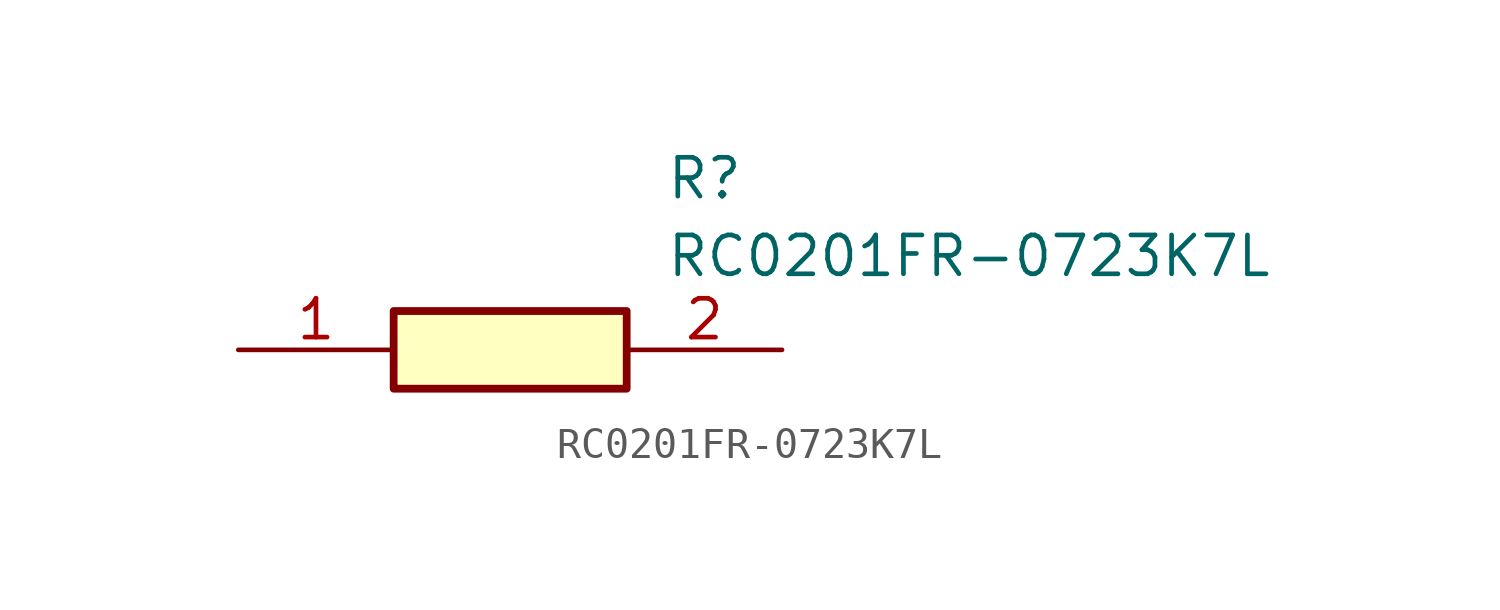
<source format=kicad_sym>
(kicad_symbol_lib
  (version 20211014)
  (generator SamacSys_ECAD_Model)
  (symbol "RC0201FR-0723K7L"
    (pin_names hide)
    (property "Reference" "R"
      (at 13.97 6.35 0)
      (effects (font (size 1.27 1.27)) (justify left top)))
    (property "Value" "RC0201FR-0723K7L"
      (at 13.97 3.81 0)
      (effects (font (size 1.27 1.27)) (justify left top)))
    (rectangle
      (start 5.08 1.27)
      (end 12.7 -1.27)
      (stroke (width 0.254) (type default))
      (fill (type background)))
    (pin passive line
      (at 0 0 0)
      (length 5.08)
      (name "1" (effects (font (size 1.27 1.27))))
      (number "1" (effects (font (size 1.27 1.27)))))
    (pin passive line
      (at 17.78 0 180)
      (length 5.08)
      (name "2" (effects (font (size 1.27 1.27))))
      (number "2" (effects (font (size 1.27 1.27)))))))
</source>
